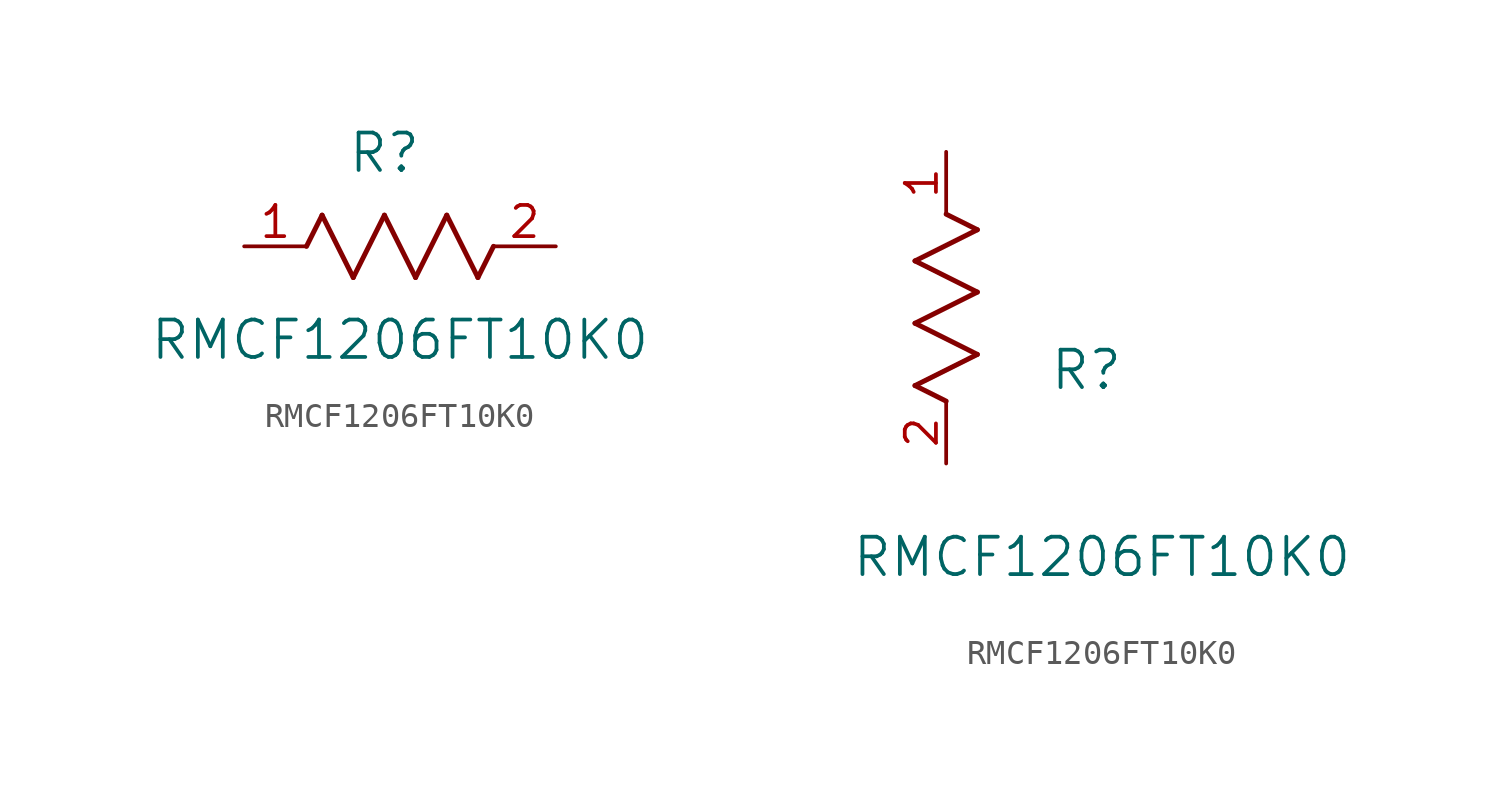
<source format=kicad_sym>
(kicad_symbol_lib
  (version 20211014)
  (generator kicad_symbol_editor)
  (symbol "RMCF1206FT10K0"
    (pin_names
      (offset 0.254))
    (property "Reference" "R"
      (at 5.715 3.81 0)
      (effects (font (size 1.524 1.524))))
    (property "Value" "RMCF1206FT10K0"
      (at 6.35 -3.81 0)
      (effects (font (size 1.524 1.524))))
    (symbol "RMCF1206FT10K0_1_1"
      (polyline (pts (xy 3.175 1.27) (xy 4.445 -1.27)) (stroke (width 0.203) (type default) (color 0 0 0 0)) (fill (type none)))
      (polyline (pts (xy 4.445 -1.27) (xy 5.715 1.27)) (stroke (width 0.203) (type default) (color 0 0 0 0)) (fill (type none)))
      (polyline (pts (xy 5.715 1.27) (xy 6.985 -1.27)) (stroke (width 0.203) (type default) (color 0 0 0 0)) (fill (type none)))
      (polyline (pts (xy 6.985 -1.27) (xy 8.255 1.27)) (stroke (width 0.203) (type default) (color 0 0 0 0)) (fill (type none)))
      (polyline (pts (xy 8.255 1.27) (xy 9.525 -1.27)) (stroke (width 0.203) (type default) (color 0 0 0 0)) (fill (type none)))
      (polyline (pts (xy 2.54 0) (xy 3.175 1.27)) (stroke (width 0.203) (type default) (color 0 0 0 0)) (fill (type none)))
      (polyline (pts (xy 9.525 -1.27) (xy 10.16 0)) (stroke (width 0.203) (type default) (color 0 0 0 0)) (fill (type none)))
      (pin unspecified line (at 0 0 0) (length 2.54) (name "" (effects (font (size 1.27 1.27)))) (number "1" (effects (font (size 1.27 1.27)))))
      (pin unspecified line (at 12.7 0 180) (length 2.54) (name "" (effects (font (size 1.27 1.27)))) (number "2" (effects (font (size 1.27 1.27))))))
    (symbol "RMCF1206FT10K0_1_2"
      (polyline (pts (xy 0 2.54) (xy -1.27 3.175)) (stroke (width 0.203) (type default) (color 0 0 0 0)) (fill (type none)))
      (polyline (pts (xy -1.27 3.175) (xy 1.27 4.445)) (stroke (width 0.203) (type default) (color 0 0 0 0)) (fill (type none)))
      (polyline (pts (xy 1.27 4.445) (xy -1.27 5.715)) (stroke (width 0.203) (type default) (color 0 0 0 0)) (fill (type none)))
      (polyline (pts (xy -1.27 5.715) (xy 1.27 6.985)) (stroke (width 0.203) (type default) (color 0 0 0 0)) (fill (type none)))
      (polyline (pts (xy -1.27 8.255) (xy 1.27 9.525)) (stroke (width 0.203) (type default) (color 0 0 0 0)) (fill (type none)))
      (polyline (pts (xy 1.27 9.525) (xy 0 10.16)) (stroke (width 0.203) (type default) (color 0 0 0 0)) (fill (type none)))
      (polyline (pts (xy 1.27 6.985) (xy -1.27 8.255)) (stroke (width 0.203) (type default) (color 0 0 0 0)) (fill (type none)))
      (pin unspecified line (at 0 12.7 270) (length 2.54) (name "" (effects (font (size 1.27 1.27)))) (number "1" (effects (font (size 1.27 1.27)))))
      (pin unspecified line (at 0 0 90) (length 2.54) (name "" (effects (font (size 1.27 1.27)))) (number "2" (effects (font (size 1.27 1.27))))))))
</source>
